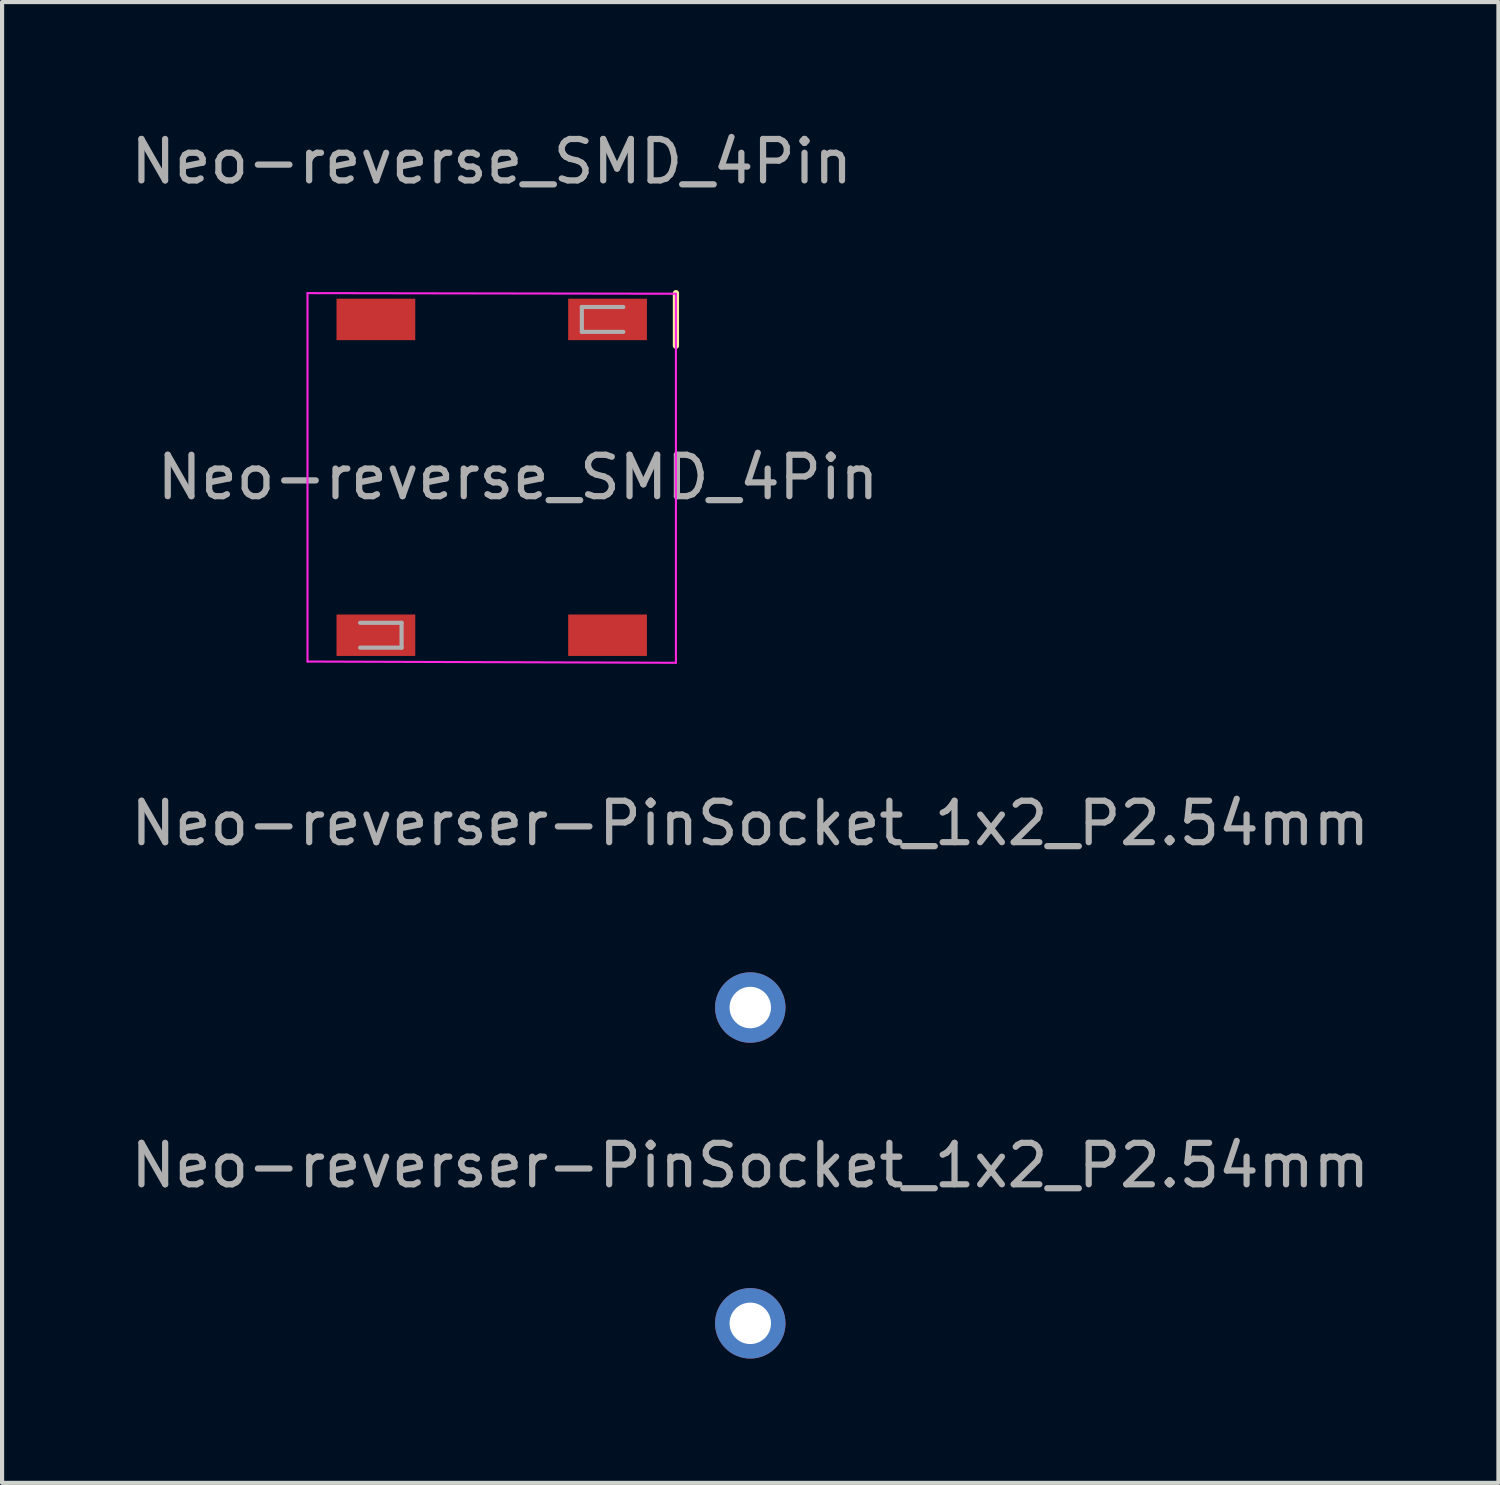
<source format=kicad_pcb>
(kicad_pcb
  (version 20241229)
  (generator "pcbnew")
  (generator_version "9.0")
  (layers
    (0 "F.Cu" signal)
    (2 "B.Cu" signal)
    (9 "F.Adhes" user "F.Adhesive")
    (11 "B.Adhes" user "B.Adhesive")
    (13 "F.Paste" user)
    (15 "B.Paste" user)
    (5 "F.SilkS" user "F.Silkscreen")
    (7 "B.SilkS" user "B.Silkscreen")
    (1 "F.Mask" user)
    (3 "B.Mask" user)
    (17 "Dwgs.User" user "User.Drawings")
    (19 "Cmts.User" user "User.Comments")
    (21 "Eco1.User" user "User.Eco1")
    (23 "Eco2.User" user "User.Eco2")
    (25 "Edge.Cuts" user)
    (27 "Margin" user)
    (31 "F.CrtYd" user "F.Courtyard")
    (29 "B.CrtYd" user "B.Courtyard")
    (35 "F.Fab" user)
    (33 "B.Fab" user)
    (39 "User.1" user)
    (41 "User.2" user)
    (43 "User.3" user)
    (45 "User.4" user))
  (footprint "Neo-reverse_SMD_4Pin"
    (layer "F.Cu")
    (at 8.815 8.468)
    (property "Reference" "Neo-reverse_SMD_4Pin" (at 0 -7.62 0) (layer "F.Fab") (effects (font (size 1 1) (thickness 0.15))))
    (attr smd)
    (fp_line (start 4.445 -4.445) (end 4.445 -3.175) (stroke (width 0.15) (type solid)) (layer "F.SilkS"))
    (fp_line (start -4.445 -4.445) (end 4.445 -4.43) (stroke (width 0.05) (type solid)) (layer "F.CrtYd"))
    (fp_line (start -4.445 4.445) (end -4.445 -4.445) (stroke (width 0.05) (type solid)) (layer "F.CrtYd"))
    (fp_line (start 4.445 -4.43) (end 4.445 4.475) (stroke (width 0.05) (type solid)) (layer "F.CrtYd"))
    (fp_line (start 4.445 4.475) (end -4.445 4.445) (stroke (width 0.05) (type solid)) (layer "F.CrtYd"))
    (fp_line (start -3.175 3.51) (end -2.175 3.51) (stroke (width 0.1) (type solid)) (layer "F.Fab"))
    (fp_line (start -2.175 3.51) (end -2.175 4.11) (stroke (width 0.1) (type solid)) (layer "F.Fab"))
    (fp_line (start -2.175 4.11) (end -3.175 4.11) (stroke (width 0.1) (type solid)) (layer "F.Fab"))
    (fp_line (start 2.175 -4.11) (end 3.175 -4.11) (stroke (width 0.1) (type solid)) (layer "F.Fab"))
    (fp_line (start 2.175 -3.51) (end 2.175 -4.11) (stroke (width 0.1) (type solid)) (layer "F.Fab"))
    (fp_line (start 3.175 -3.51) (end 2.175 -3.51) (stroke (width 0.1) (type solid)) (layer "F.Fab"))
    (fp_text user "${REFERENCE}" (at 0.635 0 180) (layer "F.Fab") (effects (font (size 1 1) (thickness 0.15))))
    (pad "1" smd rect (at 2.795 -3.81) (size 1.9 1) (layers "F.Cu" "F.Mask" "F.Paste"))
    (pad "2" smd rect (at 2.795 3.81) (size 1.9 1) (layers "F.Cu" "F.Mask" "F.Paste"))
    (pad "3" smd rect (at -2.795 -3.81 180) (size 1.9 1) (layers "F.Cu" "F.Mask" "F.Paste"))
    (pad "4" smd rect (at -2.795 3.81 180) (size 1.9 1) (layers "F.Cu" "F.Mask" "F.Paste")))
  (footprint "Neo-reverser-PinSocket_1x2_P2.54mm"
    (layer "F.Cu")
    (at 15.054 25.072)
    (property "Reference" "Neo-reverser-PinSocket_1x2_P2.54mm" (at 0 -8.255 0) (layer "F.Fab") (effects (font (size 1 1) (thickness 0.15))))
    (attr through_hole)
    (fp_text user "${REFERENCE}" (at 0 0 180) (layer "F.Fab") (effects (font (size 1 1) (thickness 0.15))))
    (pad "1" thru_hole circle (at 0 -3.81) (size 1.7 1.7) (drill 1) (layers "*.Cu" "*.Mask"))
    (pad "4" thru_hole oval (at 0 3.81) (size 1.7 1.7) (drill 1) (layers "*.Cu" "*.Mask")))
  (gr_rect
    (start -3 -3)
    (end 33.107 32.731)
    (stroke (width 0.1) (type default))
    (fill no)
    (layer "Edge.Cuts")))
</source>
